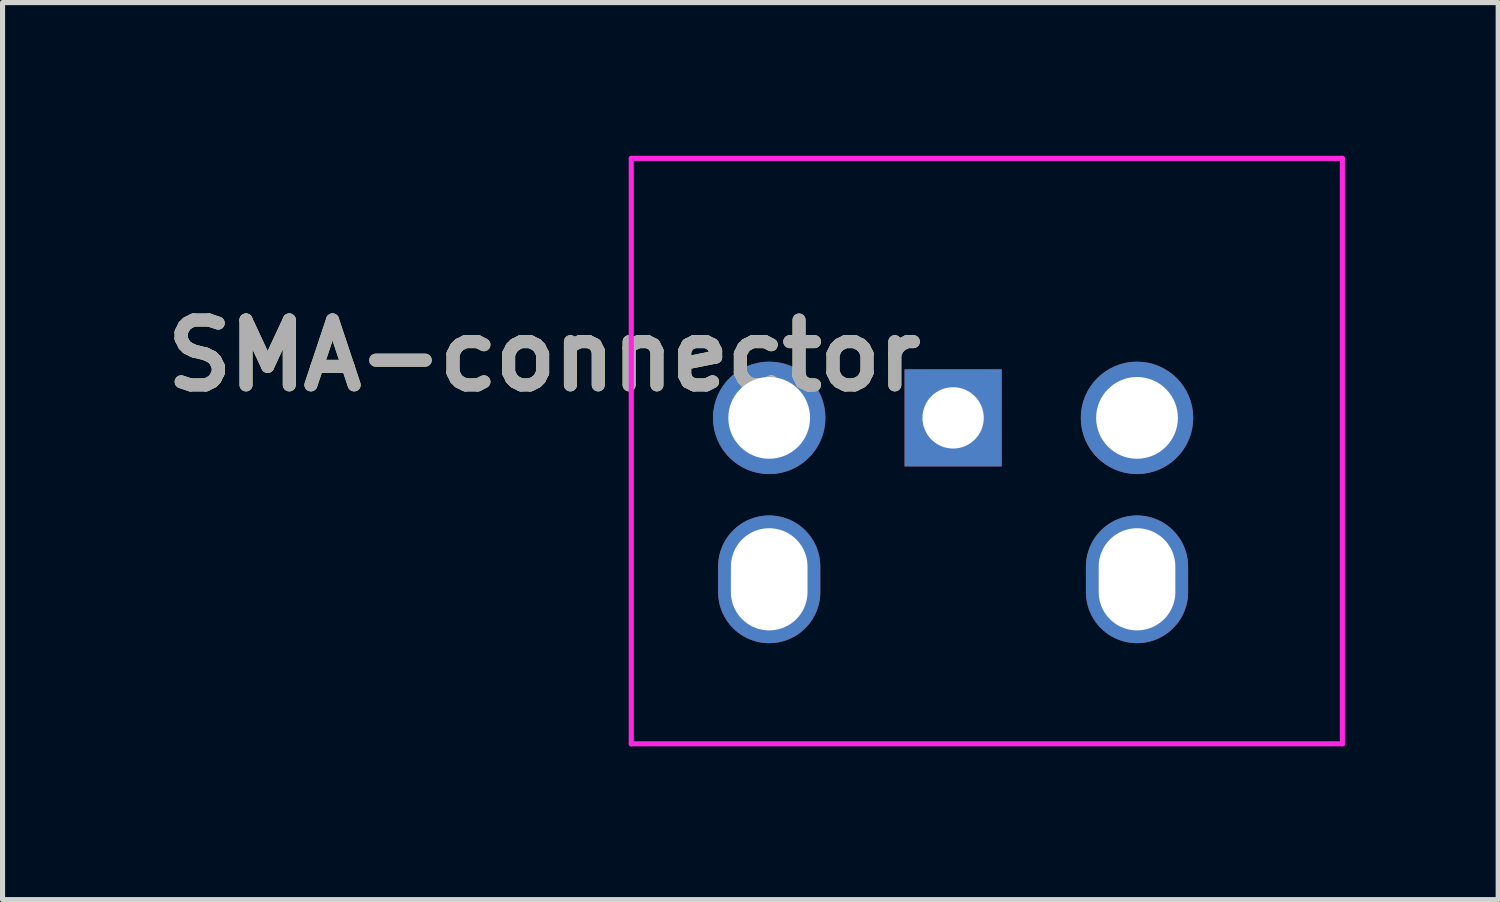
<source format=kicad_pcb>
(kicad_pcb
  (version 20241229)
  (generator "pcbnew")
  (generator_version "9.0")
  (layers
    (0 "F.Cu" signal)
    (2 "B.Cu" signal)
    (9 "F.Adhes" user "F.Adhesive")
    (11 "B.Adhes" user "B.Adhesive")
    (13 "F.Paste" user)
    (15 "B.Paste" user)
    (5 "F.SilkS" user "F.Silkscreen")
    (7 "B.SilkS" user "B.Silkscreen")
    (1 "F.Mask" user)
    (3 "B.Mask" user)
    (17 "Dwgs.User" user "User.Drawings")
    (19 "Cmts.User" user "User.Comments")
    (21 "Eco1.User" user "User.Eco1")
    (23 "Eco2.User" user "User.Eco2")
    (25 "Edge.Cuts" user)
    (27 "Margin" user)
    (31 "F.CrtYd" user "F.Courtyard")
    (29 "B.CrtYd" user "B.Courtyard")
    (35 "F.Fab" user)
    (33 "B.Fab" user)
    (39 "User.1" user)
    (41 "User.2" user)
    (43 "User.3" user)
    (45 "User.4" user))
  (footprint "SMA-connector"
    (layer "F.Cu")
    (at 15.607 5.13)
    (property "Reference" "SMA-connector" (at -8.005 -1.22 0) (layer "F.SilkS") (effects (font (size 1.27 1.27) (thickness 0.254))))
    (attr through_hole)
    (fp_line (start -6.3 -5.08) (end 7.62 -5.08) (stroke (width 0.1) (type solid)) (layer "F.CrtYd"))
    (fp_line (start -6.3 6.38) (end -6.3 -5.08) (stroke (width 0.1) (type solid)) (layer "F.CrtYd"))
    (fp_line (start 7.62 -5.08) (end 7.62 6.38) (stroke (width 0.1) (type solid)) (layer "F.CrtYd"))
    (fp_line (start 7.62 6.38) (end -6.3 6.38) (stroke (width 0.1) (type solid)) (layer "F.CrtYd"))
    (fp_text user "${REFERENCE}" (at -8.005 -1.22 0) (layer "F.Fab") (effects (font (size 1.27 1.27) (thickness 0.254))))
    (pad "1" thru_hole rect (at 0 0) (size 1.9 1.9) (drill 1.2) (layers "*.Cu" "*.Mask"))
    (pad "2" thru_hole circle (at 3.6 0) (size 2.2 2.2) (drill 1.6) (layers "*.Cu" "*.Mask"))
    (pad "3" thru_hole circle (at -3.6 0) (size 2.2 2.2) (drill 1.6) (layers "*.Cu" "*.Mask"))
    (pad "4" thru_hole oval (at -3.6 3.16) (size 2 2.5) (drill oval 1.5 2) (layers "*.Cu" "*.Mask"))
    (pad "5" thru_hole oval (at 3.6 3.16) (size 2 2.5) (drill oval 1.5 2) (layers "*.Cu" "*.Mask")))
  (gr_rect
    (start -3 -3)
    (end 26.277 14.56)
    (stroke (width 0.1) (type default))
    (fill no)
    (layer "Edge.Cuts")))
</source>
